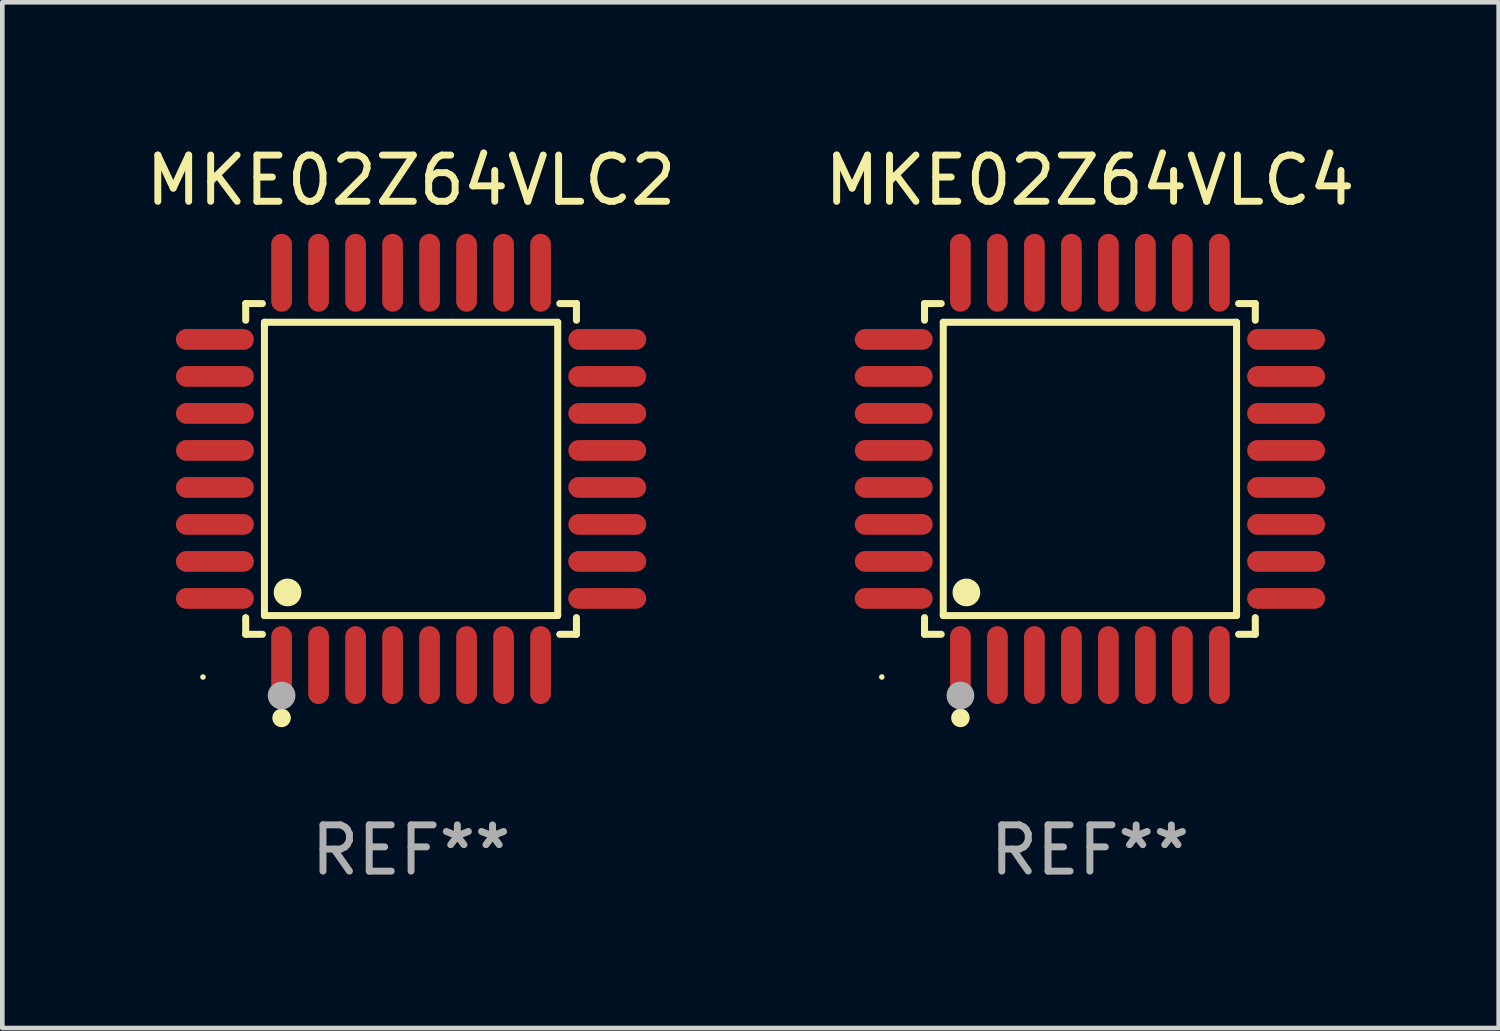
<source format=kicad_pcb>
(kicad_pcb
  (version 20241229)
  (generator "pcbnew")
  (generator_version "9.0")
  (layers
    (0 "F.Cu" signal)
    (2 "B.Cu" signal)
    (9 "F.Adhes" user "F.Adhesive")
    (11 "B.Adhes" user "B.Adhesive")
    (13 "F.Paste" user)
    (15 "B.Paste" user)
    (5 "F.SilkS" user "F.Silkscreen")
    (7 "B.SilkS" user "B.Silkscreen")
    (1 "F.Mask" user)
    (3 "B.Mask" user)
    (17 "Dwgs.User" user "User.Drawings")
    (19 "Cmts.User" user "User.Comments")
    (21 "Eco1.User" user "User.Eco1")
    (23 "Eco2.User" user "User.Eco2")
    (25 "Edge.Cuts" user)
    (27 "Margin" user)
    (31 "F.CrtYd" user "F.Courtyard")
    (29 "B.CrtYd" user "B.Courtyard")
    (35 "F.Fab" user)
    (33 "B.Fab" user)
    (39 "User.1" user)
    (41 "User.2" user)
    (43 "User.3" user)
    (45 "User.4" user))
  (footprint "MKE02Z64VLC4"
    (layer "F.Cu")
    (at 20.518 7.09)
    (property "Reference" "MKE02Z64VLC4" (at 0 -6.242 0) (layer "F.SilkS") (effects (font (size 1 1) (thickness 0.15))))
    (attr through_hole)
    (fp_line (start -3.576 -3.576) (end -3.215 -3.576) (stroke (width 0.152) (type solid)) (layer "F.SilkS"))
    (fp_line (start -3.576 -3.215) (end -3.576 -3.576) (stroke (width 0.152) (type solid)) (layer "F.SilkS"))
    (fp_line (start -3.576 3.215) (end -3.576 3.576) (stroke (width 0.152) (type solid)) (layer "F.SilkS"))
    (fp_line (start -3.576 3.576) (end -3.215 3.576) (stroke (width 0.152) (type solid)) (layer "F.SilkS"))
    (fp_line (start -3.171 -3.171) (end 3.171 -3.171) (stroke (width 0.152) (type solid)) (layer "F.SilkS"))
    (fp_line (start -3.171 3.171) (end -3.171 -3.171) (stroke (width 0.152) (type solid)) (layer "F.SilkS"))
    (fp_line (start 3.171 -3.171) (end 3.171 3.171) (stroke (width 0.152) (type solid)) (layer "F.SilkS"))
    (fp_line (start 3.171 3.171) (end -3.171 3.171) (stroke (width 0.152) (type solid)) (layer "F.SilkS"))
    (fp_line (start 3.576 -3.576) (end 3.215 -3.576) (stroke (width 0.152) (type solid)) (layer "F.SilkS"))
    (fp_line (start 3.576 -3.215) (end 3.576 -3.576) (stroke (width 0.152) (type solid)) (layer "F.SilkS"))
    (fp_line (start 3.576 3.215) (end 3.576 3.576) (stroke (width 0.152) (type solid)) (layer "F.SilkS"))
    (fp_line (start 3.576 3.576) (end 3.215 3.576) (stroke (width 0.152) (type solid)) (layer "F.SilkS"))
    (fp_circle (center -4.5 4.5) (end -4.47 4.5) (stroke (width 0.06) (type solid)) (fill no) (layer "F.SilkS"))
    (fp_circle (center -2.8 5.384) (end -2.7 5.384) (stroke (width 0.2) (type solid)) (fill no) (layer "F.SilkS"))
    (fp_circle (center -2.671 2.671) (end -2.521 2.671) (stroke (width 0.3) (type solid)) (fill no) (layer "F.SilkS"))
    (fp_circle (center -2.8 4.9) (end -2.65 4.9) (stroke (width 0.3) (type solid)) (fill no) (layer "F.Fab"))
    (fp_text user "REF**" (at 0 8.242 0) (layer "F.Fab") (effects (font (size 1 1) (thickness 0.15))))
    (pad "1" smd oval (at -2.8 4.242) (size 0.448 1.684) (layers "F.Cu" "F.Mask" "F.Paste"))
    (pad "2" smd oval (at -2 4.242) (size 0.448 1.684) (layers "F.Cu" "F.Mask" "F.Paste"))
    (pad "3" smd oval (at -1.2 4.242) (size 0.448 1.684) (layers "F.Cu" "F.Mask" "F.Paste"))
    (pad "4" smd oval (at -0.4 4.242) (size 0.448 1.684) (layers "F.Cu" "F.Mask" "F.Paste"))
    (pad "5" smd oval (at 0.4 4.242) (size 0.448 1.684) (layers "F.Cu" "F.Mask" "F.Paste"))
    (pad "6" smd oval (at 1.2 4.242) (size 0.448 1.684) (layers "F.Cu" "F.Mask" "F.Paste"))
    (pad "7" smd oval (at 2 4.242) (size 0.448 1.684) (layers "F.Cu" "F.Mask" "F.Paste"))
    (pad "8" smd oval (at 2.8 4.242) (size 0.448 1.684) (layers "F.Cu" "F.Mask" "F.Paste"))
    (pad "9" smd oval (at 4.242 2.8) (size 1.684 0.448) (layers "F.Cu" "F.Mask" "F.Paste"))
    (pad "10" smd oval (at 4.242 2) (size 1.684 0.448) (layers "F.Cu" "F.Mask" "F.Paste"))
    (pad "11" smd oval (at 4.242 1.2) (size 1.684 0.448) (layers "F.Cu" "F.Mask" "F.Paste"))
    (pad "12" smd oval (at 4.242 0.4) (size 1.684 0.448) (layers "F.Cu" "F.Mask" "F.Paste"))
    (pad "13" smd oval (at 4.242 -0.4) (size 1.684 0.448) (layers "F.Cu" "F.Mask" "F.Paste"))
    (pad "14" smd oval (at 4.242 -1.2) (size 1.684 0.448) (layers "F.Cu" "F.Mask" "F.Paste"))
    (pad "15" smd oval (at 4.242 -2) (size 1.684 0.448) (layers "F.Cu" "F.Mask" "F.Paste"))
    (pad "16" smd oval (at 4.242 -2.8) (size 1.684 0.448) (layers "F.Cu" "F.Mask" "F.Paste"))
    (pad "17" smd oval (at 2.8 -4.242) (size 0.448 1.684) (layers "F.Cu" "F.Mask" "F.Paste"))
    (pad "18" smd oval (at 2 -4.242) (size 0.448 1.684) (layers "F.Cu" "F.Mask" "F.Paste"))
    (pad "19" smd oval (at 1.2 -4.242) (size 0.448 1.684) (layers "F.Cu" "F.Mask" "F.Paste"))
    (pad "20" smd oval (at 0.4 -4.242) (size 0.448 1.684) (layers "F.Cu" "F.Mask" "F.Paste"))
    (pad "21" smd oval (at -0.4 -4.242) (size 0.448 1.684) (layers "F.Cu" "F.Mask" "F.Paste"))
    (pad "22" smd oval (at -1.2 -4.242) (size 0.448 1.684) (layers "F.Cu" "F.Mask" "F.Paste"))
    (pad "23" smd oval (at -2 -4.242) (size 0.448 1.684) (layers "F.Cu" "F.Mask" "F.Paste"))
    (pad "24" smd oval (at -2.8 -4.242) (size 0.448 1.684) (layers "F.Cu" "F.Mask" "F.Paste"))
    (pad "25" smd oval (at -4.242 -2.8) (size 1.684 0.448) (layers "F.Cu" "F.Mask" "F.Paste"))
    (pad "26" smd oval (at -4.242 -2) (size 1.684 0.448) (layers "F.Cu" "F.Mask" "F.Paste"))
    (pad "27" smd oval (at -4.242 -1.2) (size 1.684 0.448) (layers "F.Cu" "F.Mask" "F.Paste"))
    (pad "28" smd oval (at -4.242 -0.4) (size 1.684 0.448) (layers "F.Cu" "F.Mask" "F.Paste"))
    (pad "29" smd oval (at -4.242 0.4) (size 1.684 0.448) (layers "F.Cu" "F.Mask" "F.Paste"))
    (pad "30" smd oval (at -4.242 1.2) (size 1.684 0.448) (layers "F.Cu" "F.Mask" "F.Paste"))
    (pad "31" smd oval (at -4.242 2) (size 1.684 0.448) (layers "F.Cu" "F.Mask" "F.Paste"))
    (pad "32" smd oval (at -4.242 2.8) (size 1.684 0.448) (layers "F.Cu" "F.Mask" "F.Paste")))
  (footprint "MKE02Z64VLC2"
    (layer "F.Cu")
    (at 5.839 7.09)
    (property "Reference" "MKE02Z64VLC2" (at 0 -6.242 0) (layer "F.SilkS") (effects (font (size 1 1) (thickness 0.15))))
    (attr through_hole)
    (fp_line (start -3.576 -3.576) (end -3.215 -3.576) (stroke (width 0.152) (type solid)) (layer "F.SilkS"))
    (fp_line (start -3.576 -3.215) (end -3.576 -3.576) (stroke (width 0.152) (type solid)) (layer "F.SilkS"))
    (fp_line (start -3.576 3.215) (end -3.576 3.576) (stroke (width 0.152) (type solid)) (layer "F.SilkS"))
    (fp_line (start -3.576 3.576) (end -3.215 3.576) (stroke (width 0.152) (type solid)) (layer "F.SilkS"))
    (fp_line (start -3.171 -3.171) (end 3.171 -3.171) (stroke (width 0.152) (type solid)) (layer "F.SilkS"))
    (fp_line (start -3.171 3.171) (end -3.171 -3.171) (stroke (width 0.152) (type solid)) (layer "F.SilkS"))
    (fp_line (start 3.171 -3.171) (end 3.171 3.171) (stroke (width 0.152) (type solid)) (layer "F.SilkS"))
    (fp_line (start 3.171 3.171) (end -3.171 3.171) (stroke (width 0.152) (type solid)) (layer "F.SilkS"))
    (fp_line (start 3.576 -3.576) (end 3.215 -3.576) (stroke (width 0.152) (type solid)) (layer "F.SilkS"))
    (fp_line (start 3.576 -3.215) (end 3.576 -3.576) (stroke (width 0.152) (type solid)) (layer "F.SilkS"))
    (fp_line (start 3.576 3.215) (end 3.576 3.576) (stroke (width 0.152) (type solid)) (layer "F.SilkS"))
    (fp_line (start 3.576 3.576) (end 3.215 3.576) (stroke (width 0.152) (type solid)) (layer "F.SilkS"))
    (fp_circle (center -4.5 4.5) (end -4.47 4.5) (stroke (width 0.06) (type solid)) (fill no) (layer "F.SilkS"))
    (fp_circle (center -2.8 5.384) (end -2.7 5.384) (stroke (width 0.2) (type solid)) (fill no) (layer "F.SilkS"))
    (fp_circle (center -2.671 2.671) (end -2.521 2.671) (stroke (width 0.3) (type solid)) (fill no) (layer "F.SilkS"))
    (fp_circle (center -2.8 4.9) (end -2.65 4.9) (stroke (width 0.3) (type solid)) (fill no) (layer "F.Fab"))
    (fp_text user "REF**" (at 0 8.242 0) (layer "F.Fab") (effects (font (size 1 1) (thickness 0.15))))
    (pad "1" smd oval (at -2.8 4.242) (size 0.448 1.684) (layers "F.Cu" "F.Mask" "F.Paste"))
    (pad "2" smd oval (at -2 4.242) (size 0.448 1.684) (layers "F.Cu" "F.Mask" "F.Paste"))
    (pad "3" smd oval (at -1.2 4.242) (size 0.448 1.684) (layers "F.Cu" "F.Mask" "F.Paste"))
    (pad "4" smd oval (at -0.4 4.242) (size 0.448 1.684) (layers "F.Cu" "F.Mask" "F.Paste"))
    (pad "5" smd oval (at 0.4 4.242) (size 0.448 1.684) (layers "F.Cu" "F.Mask" "F.Paste"))
    (pad "6" smd oval (at 1.2 4.242) (size 0.448 1.684) (layers "F.Cu" "F.Mask" "F.Paste"))
    (pad "7" smd oval (at 2 4.242) (size 0.448 1.684) (layers "F.Cu" "F.Mask" "F.Paste"))
    (pad "8" smd oval (at 2.8 4.242) (size 0.448 1.684) (layers "F.Cu" "F.Mask" "F.Paste"))
    (pad "9" smd oval (at 4.242 2.8) (size 1.684 0.448) (layers "F.Cu" "F.Mask" "F.Paste"))
    (pad "10" smd oval (at 4.242 2) (size 1.684 0.448) (layers "F.Cu" "F.Mask" "F.Paste"))
    (pad "11" smd oval (at 4.242 1.2) (size 1.684 0.448) (layers "F.Cu" "F.Mask" "F.Paste"))
    (pad "12" smd oval (at 4.242 0.4) (size 1.684 0.448) (layers "F.Cu" "F.Mask" "F.Paste"))
    (pad "13" smd oval (at 4.242 -0.4) (size 1.684 0.448) (layers "F.Cu" "F.Mask" "F.Paste"))
    (pad "14" smd oval (at 4.242 -1.2) (size 1.684 0.448) (layers "F.Cu" "F.Mask" "F.Paste"))
    (pad "15" smd oval (at 4.242 -2) (size 1.684 0.448) (layers "F.Cu" "F.Mask" "F.Paste"))
    (pad "16" smd oval (at 4.242 -2.8) (size 1.684 0.448) (layers "F.Cu" "F.Mask" "F.Paste"))
    (pad "17" smd oval (at 2.8 -4.242) (size 0.448 1.684) (layers "F.Cu" "F.Mask" "F.Paste"))
    (pad "18" smd oval (at 2 -4.242) (size 0.448 1.684) (layers "F.Cu" "F.Mask" "F.Paste"))
    (pad "19" smd oval (at 1.2 -4.242) (size 0.448 1.684) (layers "F.Cu" "F.Mask" "F.Paste"))
    (pad "20" smd oval (at 0.4 -4.242) (size 0.448 1.684) (layers "F.Cu" "F.Mask" "F.Paste"))
    (pad "21" smd oval (at -0.4 -4.242) (size 0.448 1.684) (layers "F.Cu" "F.Mask" "F.Paste"))
    (pad "22" smd oval (at -1.2 -4.242) (size 0.448 1.684) (layers "F.Cu" "F.Mask" "F.Paste"))
    (pad "23" smd oval (at -2 -4.242) (size 0.448 1.684) (layers "F.Cu" "F.Mask" "F.Paste"))
    (pad "24" smd oval (at -2.8 -4.242) (size 0.448 1.684) (layers "F.Cu" "F.Mask" "F.Paste"))
    (pad "25" smd oval (at -4.242 -2.8) (size 1.684 0.448) (layers "F.Cu" "F.Mask" "F.Paste"))
    (pad "26" smd oval (at -4.242 -2) (size 1.684 0.448) (layers "F.Cu" "F.Mask" "F.Paste"))
    (pad "27" smd oval (at -4.242 -1.2) (size 1.684 0.448) (layers "F.Cu" "F.Mask" "F.Paste"))
    (pad "28" smd oval (at -4.242 -0.4) (size 1.684 0.448) (layers "F.Cu" "F.Mask" "F.Paste"))
    (pad "29" smd oval (at -4.242 0.4) (size 1.684 0.448) (layers "F.Cu" "F.Mask" "F.Paste"))
    (pad "30" smd oval (at -4.242 1.2) (size 1.684 0.448) (layers "F.Cu" "F.Mask" "F.Paste"))
    (pad "31" smd oval (at -4.242 2) (size 1.684 0.448) (layers "F.Cu" "F.Mask" "F.Paste"))
    (pad "32" smd oval (at -4.242 2.8) (size 1.684 0.448) (layers "F.Cu" "F.Mask" "F.Paste")))
  (gr_rect
    (start -3 -3)
    (end 29.357 19.181)
    (stroke (width 0.1) (type default))
    (fill no)
    (layer "Edge.Cuts")))
</source>
